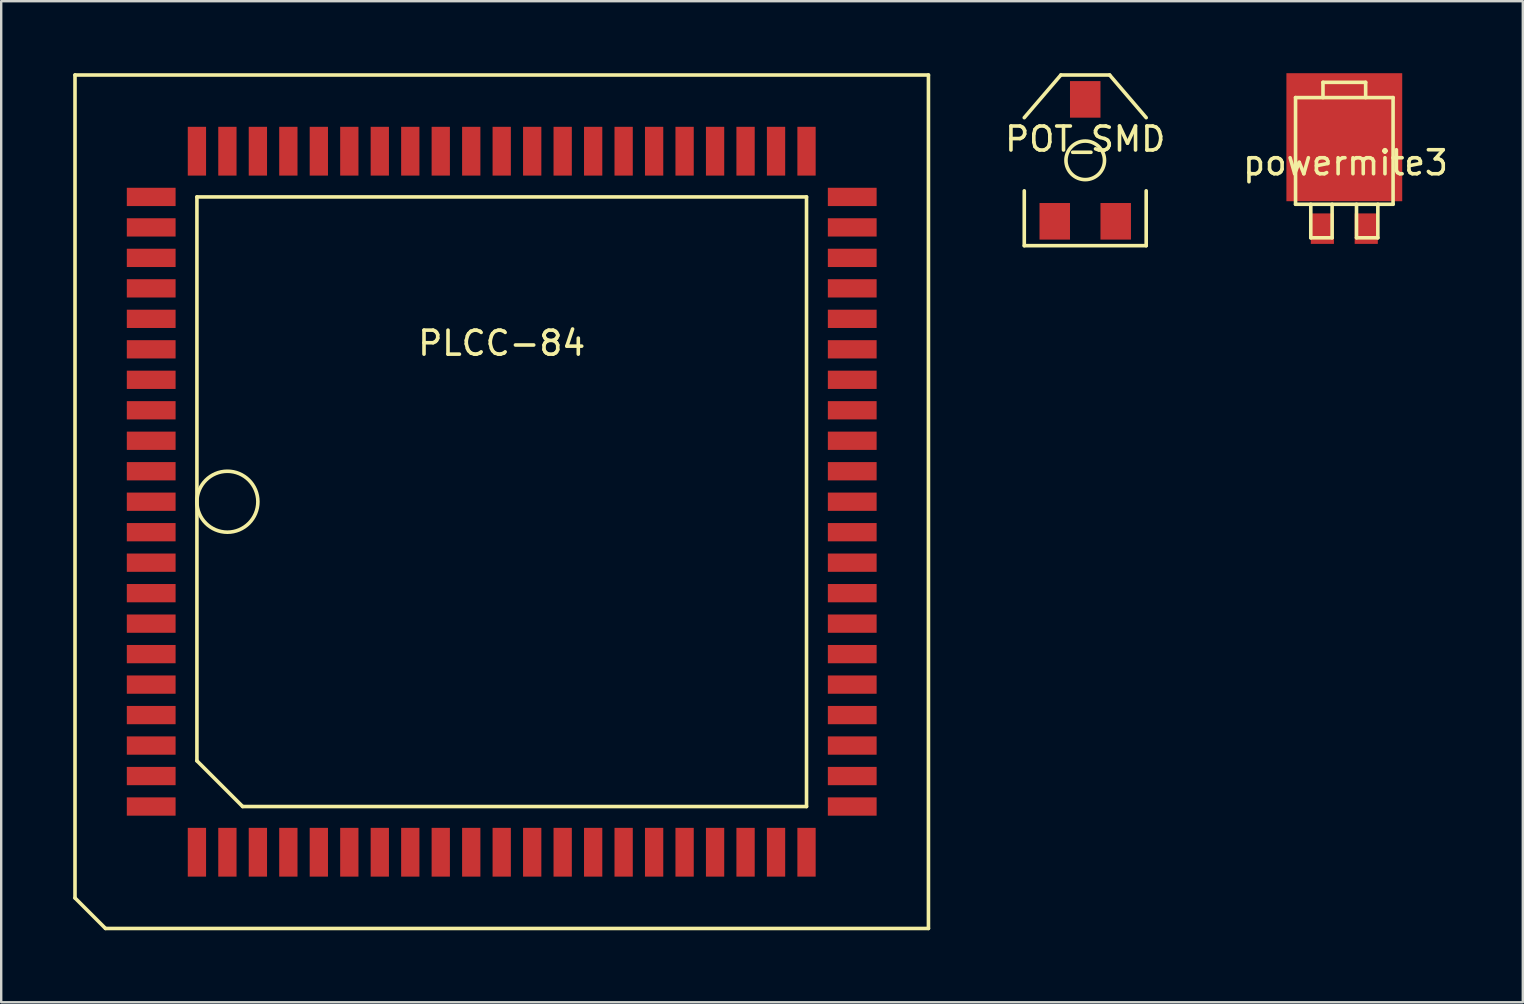
<source format=kicad_pcb>
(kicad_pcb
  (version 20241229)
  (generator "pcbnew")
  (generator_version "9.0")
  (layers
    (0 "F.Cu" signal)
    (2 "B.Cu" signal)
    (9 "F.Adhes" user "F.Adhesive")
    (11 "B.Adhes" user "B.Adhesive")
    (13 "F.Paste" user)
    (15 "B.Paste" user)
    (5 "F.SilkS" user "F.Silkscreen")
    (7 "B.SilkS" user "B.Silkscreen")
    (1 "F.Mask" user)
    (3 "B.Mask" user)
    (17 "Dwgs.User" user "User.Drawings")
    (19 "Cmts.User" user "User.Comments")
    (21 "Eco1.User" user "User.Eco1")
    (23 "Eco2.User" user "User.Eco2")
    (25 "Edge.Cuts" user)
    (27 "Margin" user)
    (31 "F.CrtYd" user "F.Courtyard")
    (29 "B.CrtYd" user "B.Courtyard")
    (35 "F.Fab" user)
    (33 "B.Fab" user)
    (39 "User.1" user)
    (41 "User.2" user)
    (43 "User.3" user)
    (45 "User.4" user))
  (footprint "POT_SMD"
    (layer "F.Cu")
    (at 42.168 3.631)
    (property "Reference" "POT_SMD" (at 0 -0.886 0) (layer "F.SilkS") (effects (font (size 1 1) (thickness 0.15))))
    (attr smd)
    (fp_line (start -2.54 -1.778) (end -1.016 -3.556) (stroke (width 0.15) (type solid)) (layer "F.SilkS"))
    (fp_line (start -2.54 1.27) (end -2.54 3.556) (stroke (width 0.15) (type solid)) (layer "F.SilkS"))
    (fp_line (start -2.54 3.556) (end 2.54 3.556) (stroke (width 0.15) (type solid)) (layer "F.SilkS"))
    (fp_line (start -1.016 -3.556) (end 1.016 -3.556) (stroke (width 0.15) (type solid)) (layer "F.SilkS"))
    (fp_line (start 1.016 -3.556) (end 2.54 -1.778) (stroke (width 0.15) (type solid)) (layer "F.SilkS"))
    (fp_line (start 2.54 3.556) (end 2.54 1.27) (stroke (width 0.15) (type solid)) (layer "F.SilkS"))
    (fp_circle (center 0 0) (end 0.254 -0.762) (stroke (width 0.15) (type solid)) (fill no) (layer "F.SilkS"))
    (pad "1" smd rect (at -1.27 2.54) (size 1.27 1.524) (layers "F.Cu" "F.Mask" "F.Paste"))
    (pad "2" smd rect (at 0 -2.54) (size 1.27 1.524) (layers "F.Cu" "F.Mask" "F.Paste"))
    (pad "3" smd rect (at 1.27 2.54) (size 1.27 1.524) (layers "F.Cu" "F.Mask" "F.Paste")))
  (footprint "powermite3"
    (layer "F.Cu")
    (at 52.963 4.572)
    (property "Reference" "powermite3" (at 0.051 -0.838 0) (layer "F.SilkS") (effects (font (size 1 1) (thickness 0.15))))
    (attr smd)
    (fp_line (start -2.032 -3.556) (end -2.032 0.889) (stroke (width 0.15) (type solid)) (layer "F.SilkS"))
    (fp_line (start -2.032 0.889) (end 2.032 0.889) (stroke (width 0.15) (type solid)) (layer "F.SilkS"))
    (fp_line (start -1.397 2.286) (end -1.397 0.889) (stroke (width 0.15) (type solid)) (layer "F.SilkS"))
    (fp_line (start -1.397 2.286) (end -0.508 2.286) (stroke (width 0.15) (type solid)) (layer "F.SilkS"))
    (fp_line (start -0.889 -4.191) (end 0.889 -4.191) (stroke (width 0.15) (type solid)) (layer "F.SilkS"))
    (fp_line (start -0.889 -3.556) (end -0.889 -4.191) (stroke (width 0.15) (type solid)) (layer "F.SilkS"))
    (fp_line (start -0.508 2.286) (end -0.508 0.889) (stroke (width 0.15) (type solid)) (layer "F.SilkS"))
    (fp_line (start 0.508 2.286) (end 0.508 0.889) (stroke (width 0.15) (type solid)) (layer "F.SilkS"))
    (fp_line (start 0.508 2.286) (end 1.397 2.286) (stroke (width 0.15) (type solid)) (layer "F.SilkS"))
    (fp_line (start 0.889 -4.191) (end 0.889 -3.556) (stroke (width 0.15) (type solid)) (layer "F.SilkS"))
    (fp_line (start 1.397 2.286) (end 1.397 0.889) (stroke (width 0.15) (type solid)) (layer "F.SilkS"))
    (fp_line (start 2.032 -3.556) (end -2.032 -3.556) (stroke (width 0.15) (type solid)) (layer "F.SilkS"))
    (fp_line (start 2.032 0.889) (end 2.032 -3.556) (stroke (width 0.15) (type solid)) (layer "F.SilkS"))
    (pad "1" smd rect (at -0.914 1.905) (size 0.965 1.27) (layers "F.Cu" "F.Mask" "F.Paste"))
    (pad "2" smd rect (at 0 -1.905) (size 4.826 5.334) (layers "F.Cu" "F.Mask" "F.Paste"))
    (pad "3" smd rect (at 0.914 1.905) (size 0.965 1.27) (layers "F.Cu" "F.Mask" "F.Paste")))
  (footprint "PLCC-84"
    (layer "F.Cu")
    (at 17.855 17.855)
    (property "Reference" "PLCC-84" (at 0 -6.604 0) (layer "F.SilkS") (effects (font (size 1 1) (thickness 0.15))))
    (attr smd)
    (fp_line (start -17.78 -17.78) (end -17.78 16.51) (stroke (width 0.15) (type solid)) (layer "F.SilkS"))
    (fp_line (start -17.78 16.51) (end -16.51 17.78) (stroke (width 0.15) (type solid)) (layer "F.SilkS"))
    (fp_line (start -16.51 17.78) (end 17.78 17.78) (stroke (width 0.15) (type solid)) (layer "F.SilkS"))
    (fp_line (start -12.7 -12.7) (end 12.7 -12.7) (stroke (width 0.15) (type solid)) (layer "F.SilkS"))
    (fp_line (start -12.7 10.795) (end -12.7 -12.7) (stroke (width 0.15) (type solid)) (layer "F.SilkS"))
    (fp_line (start -10.795 12.7) (end -12.7 10.795) (stroke (width 0.15) (type solid)) (layer "F.SilkS"))
    (fp_line (start 12.7 -12.7) (end 12.7 12.7) (stroke (width 0.15) (type solid)) (layer "F.SilkS"))
    (fp_line (start 12.7 12.7) (end -10.795 12.7) (stroke (width 0.15) (type solid)) (layer "F.SilkS"))
    (fp_line (start 17.78 -17.78) (end -17.78 -17.78) (stroke (width 0.15) (type solid)) (layer "F.SilkS"))
    (fp_line (start 17.78 17.78) (end 17.78 -17.78) (stroke (width 0.15) (type solid)) (layer "F.SilkS"))
    (fp_circle (center -11.43 0) (end -12.7 0) (stroke (width 0.15) (type solid)) (fill no) (layer "F.SilkS"))
    (pad "1" smd rect (at -14.605 0) (size 2.032 0.762) (layers "F.Cu" "F.Mask" "F.Paste"))
    (pad "2" smd rect (at -14.605 1.27) (size 2.032 0.762) (layers "F.Cu" "F.Mask" "F.Paste"))
    (pad "3" smd rect (at -14.605 2.54) (size 2.032 0.762) (layers "F.Cu" "F.Mask" "F.Paste"))
    (pad "4" smd rect (at -14.605 3.81) (size 2.032 0.762) (layers "F.Cu" "F.Mask" "F.Paste"))
    (pad "5" smd rect (at -14.605 5.08) (size 2.032 0.762) (layers "F.Cu" "F.Mask" "F.Paste"))
    (pad "6" smd rect (at -14.605 6.35) (size 2.032 0.762) (layers "F.Cu" "F.Mask" "F.Paste"))
    (pad "7" smd rect (at -14.605 7.62) (size 2.032 0.762) (layers "F.Cu" "F.Mask" "F.Paste"))
    (pad "8" smd rect (at -14.605 8.89) (size 2.032 0.762) (layers "F.Cu" "F.Mask" "F.Paste"))
    (pad "9" smd rect (at -14.605 10.16) (size 2.032 0.762) (layers "F.Cu" "F.Mask" "F.Paste"))
    (pad "10" smd rect (at -14.605 11.43) (size 2.032 0.762) (layers "F.Cu" "F.Mask" "F.Paste"))
    (pad "11" smd rect (at -14.605 12.7) (size 2.032 0.762) (layers "F.Cu" "F.Mask" "F.Paste"))
    (pad "12" smd rect (at -12.7 14.605) (size 0.762 2.032) (layers "F.Cu" "F.Mask" "F.Paste"))
    (pad "13" smd rect (at -11.43 14.605) (size 0.762 2.032) (layers "F.Cu" "F.Mask" "F.Paste"))
    (pad "14" smd rect (at -10.16 14.605) (size 0.762 2.032) (layers "F.Cu" "F.Mask" "F.Paste"))
    (pad "15" smd rect (at -8.89 14.605) (size 0.762 2.032) (layers "F.Cu" "F.Mask" "F.Paste"))
    (pad "16" smd rect (at -7.62 14.605) (size 0.762 2.032) (layers "F.Cu" "F.Mask" "F.Paste"))
    (pad "17" smd rect (at -6.35 14.605) (size 0.762 2.032) (layers "F.Cu" "F.Mask" "F.Paste"))
    (pad "18" smd rect (at -5.08 14.605) (size 0.762 2.032) (layers "F.Cu" "F.Mask" "F.Paste"))
    (pad "19" smd rect (at -3.81 14.605) (size 0.762 2.032) (layers "F.Cu" "F.Mask" "F.Paste"))
    (pad "20" smd rect (at -2.54 14.605) (size 0.762 2.032) (layers "F.Cu" "F.Mask" "F.Paste"))
    (pad "21" smd rect (at -1.27 14.605) (size 0.762 2.032) (layers "F.Cu" "F.Mask" "F.Paste"))
    (pad "22" smd rect (at 0 14.605) (size 0.762 2.032) (layers "F.Cu" "F.Mask" "F.Paste"))
    (pad "23" smd rect (at 1.27 14.605) (size 0.762 2.032) (layers "F.Cu" "F.Mask" "F.Paste"))
    (pad "24" smd rect (at 2.54 14.605) (size 0.762 2.032) (layers "F.Cu" "F.Mask" "F.Paste"))
    (pad "25" smd rect (at 3.81 14.605) (size 0.762 2.032) (layers "F.Cu" "F.Mask" "F.Paste"))
    (pad "26" smd rect (at 5.08 14.605) (size 0.762 2.032) (layers "F.Cu" "F.Mask" "F.Paste"))
    (pad "27" smd rect (at 6.35 14.605) (size 0.762 2.032) (layers "F.Cu" "F.Mask" "F.Paste"))
    (pad "28" smd rect (at 7.62 14.605) (size 0.762 2.032) (layers "F.Cu" "F.Mask" "F.Paste"))
    (pad "29" smd rect (at 8.89 14.605) (size 0.762 2.032) (layers "F.Cu" "F.Mask" "F.Paste"))
    (pad "30" smd rect (at 10.16 14.605) (size 0.762 2.032) (layers "F.Cu" "F.Mask" "F.Paste"))
    (pad "31" smd rect (at 11.43 14.605) (size 0.762 2.032) (layers "F.Cu" "F.Mask" "F.Paste"))
    (pad "32" smd rect (at 12.7 14.605) (size 0.762 2.032) (layers "F.Cu" "F.Mask" "F.Paste"))
    (pad "33" smd rect (at 14.605 12.7) (size 2.032 0.762) (layers "F.Cu" "F.Mask" "F.Paste"))
    (pad "34" smd rect (at 14.605 11.43) (size 2.032 0.762) (layers "F.Cu" "F.Mask" "F.Paste"))
    (pad "35" smd rect (at 14.605 10.16) (size 2.032 0.762) (layers "F.Cu" "F.Mask" "F.Paste"))
    (pad "36" smd rect (at 14.605 8.89) (size 2.032 0.762) (layers "F.Cu" "F.Mask" "F.Paste"))
    (pad "37" smd rect (at 14.605 7.62) (size 2.032 0.762) (layers "F.Cu" "F.Mask" "F.Paste"))
    (pad "38" smd rect (at 14.605 6.35) (size 2.032 0.762) (layers "F.Cu" "F.Mask" "F.Paste"))
    (pad "39" smd rect (at 14.605 5.08) (size 2.032 0.762) (layers "F.Cu" "F.Mask" "F.Paste"))
    (pad "40" smd rect (at 14.605 3.81) (size 2.032 0.762) (layers "F.Cu" "F.Mask" "F.Paste"))
    (pad "41" smd rect (at 14.605 2.54) (size 2.032 0.762) (layers "F.Cu" "F.Mask" "F.Paste"))
    (pad "42" smd rect (at 14.605 1.27) (size 2.032 0.762) (layers "F.Cu" "F.Mask" "F.Paste"))
    (pad "43" smd rect (at 14.605 0) (size 2.032 0.762) (layers "F.Cu" "F.Mask" "F.Paste"))
    (pad "44" smd rect (at 14.605 -1.27) (size 2.032 0.762) (layers "F.Cu" "F.Mask" "F.Paste"))
    (pad "45" smd rect (at 14.605 -2.54) (size 2.032 0.762) (layers "F.Cu" "F.Mask" "F.Paste"))
    (pad "46" smd rect (at 14.605 -3.81) (size 2.032 0.762) (layers "F.Cu" "F.Mask" "F.Paste"))
    (pad "47" smd rect (at 14.605 -5.08) (size 2.032 0.762) (layers "F.Cu" "F.Mask" "F.Paste"))
    (pad "48" smd rect (at 14.605 -6.35) (size 2.032 0.762) (layers "F.Cu" "F.Mask" "F.Paste"))
    (pad "49" smd rect (at 14.605 -7.62) (size 2.032 0.762) (layers "F.Cu" "F.Mask" "F.Paste"))
    (pad "50" smd rect (at 14.605 -8.89) (size 2.032 0.762) (layers "F.Cu" "F.Mask" "F.Paste"))
    (pad "51" smd rect (at 14.605 -10.16) (size 2.032 0.762) (layers "F.Cu" "F.Mask" "F.Paste"))
    (pad "52" smd rect (at 14.605 -11.43) (size 2.032 0.762) (layers "F.Cu" "F.Mask" "F.Paste"))
    (pad "53" smd rect (at 14.605 -12.7) (size 2.032 0.762) (layers "F.Cu" "F.Mask" "F.Paste"))
    (pad "54" smd rect (at 12.7 -14.605) (size 0.762 2.032) (layers "F.Cu" "F.Mask" "F.Paste"))
    (pad "55" smd rect (at 11.43 -14.605) (size 0.762 2.032) (layers "F.Cu" "F.Mask" "F.Paste"))
    (pad "56" smd rect (at 10.16 -14.605) (size 0.762 2.032) (layers "F.Cu" "F.Mask" "F.Paste"))
    (pad "57" smd rect (at 8.89 -14.605) (size 0.762 2.032) (layers "F.Cu" "F.Mask" "F.Paste"))
    (pad "58" smd rect (at 7.62 -14.605) (size 0.762 2.032) (layers "F.Cu" "F.Mask" "F.Paste"))
    (pad "59" smd rect (at 6.35 -14.605) (size 0.762 2.032) (layers "F.Cu" "F.Mask" "F.Paste"))
    (pad "60" smd rect (at 5.08 -14.605) (size 0.762 2.032) (layers "F.Cu" "F.Mask" "F.Paste"))
    (pad "61" smd rect (at 3.81 -14.605) (size 0.762 2.032) (layers "F.Cu" "F.Mask" "F.Paste"))
    (pad "62" smd rect (at 2.54 -14.605) (size 0.762 2.032) (layers "F.Cu" "F.Mask" "F.Paste"))
    (pad "63" smd rect (at 1.27 -14.605) (size 0.762 2.032) (layers "F.Cu" "F.Mask" "F.Paste"))
    (pad "64" smd rect (at 0 -14.605) (size 0.762 2.032) (layers "F.Cu" "F.Mask" "F.Paste"))
    (pad "65" smd rect (at -1.27 -14.605) (size 0.762 2.032) (layers "F.Cu" "F.Mask" "F.Paste"))
    (pad "66" smd rect (at -2.54 -14.605) (size 0.762 2.032) (layers "F.Cu" "F.Mask" "F.Paste"))
    (pad "67" smd rect (at -3.81 -14.605) (size 0.762 2.032) (layers "F.Cu" "F.Mask" "F.Paste"))
    (pad "68" smd rect (at -5.08 -14.605) (size 0.762 2.032) (layers "F.Cu" "F.Mask" "F.Paste"))
    (pad "69" smd rect (at -6.35 -14.605) (size 0.762 2.032) (layers "F.Cu" "F.Mask" "F.Paste"))
    (pad "70" smd rect (at -7.62 -14.605) (size 0.762 2.032) (layers "F.Cu" "F.Mask" "F.Paste"))
    (pad "71" smd rect (at -8.89 -14.605) (size 0.762 2.032) (layers "F.Cu" "F.Mask" "F.Paste"))
    (pad "72" smd rect (at -10.16 -14.605) (size 0.762 2.032) (layers "F.Cu" "F.Mask" "F.Paste"))
    (pad "73" smd rect (at -11.43 -14.605) (size 0.762 2.032) (layers "F.Cu" "F.Mask" "F.Paste"))
    (pad "74" smd rect (at -12.7 -14.605) (size 0.762 2.032) (layers "F.Cu" "F.Mask" "F.Paste"))
    (pad "75" smd rect (at -14.605 -12.7) (size 2.032 0.762) (layers "F.Cu" "F.Mask" "F.Paste"))
    (pad "76" smd rect (at -14.605 -11.43) (size 2.032 0.762) (layers "F.Cu" "F.Mask" "F.Paste"))
    (pad "77" smd rect (at -14.605 -10.16) (size 2.032 0.762) (layers "F.Cu" "F.Mask" "F.Paste"))
    (pad "78" smd rect (at -14.605 -8.89) (size 2.032 0.762) (layers "F.Cu" "F.Mask" "F.Paste"))
    (pad "79" smd rect (at -14.605 -7.62) (size 2.032 0.762) (layers "F.Cu" "F.Mask" "F.Paste"))
    (pad "80" smd rect (at -14.605 -6.35) (size 2.032 0.762) (layers "F.Cu" "F.Mask" "F.Paste"))
    (pad "81" smd rect (at -14.605 -5.08) (size 2.032 0.762) (layers "F.Cu" "F.Mask" "F.Paste"))
    (pad "82" smd rect (at -14.605 -3.81) (size 2.032 0.762) (layers "F.Cu" "F.Mask" "F.Paste"))
    (pad "83" smd rect (at -14.605 -2.54) (size 2.032 0.762) (layers "F.Cu" "F.Mask" "F.Paste"))
    (pad "84" smd rect (at -14.605 -1.27) (size 2.032 0.762) (layers "F.Cu" "F.Mask" "F.Paste")))
  (gr_rect
    (start -3 -3)
    (end 60.4 38.71)
    (stroke (width 0.1) (type default))
    (fill no)
    (layer "Edge.Cuts")))
</source>
